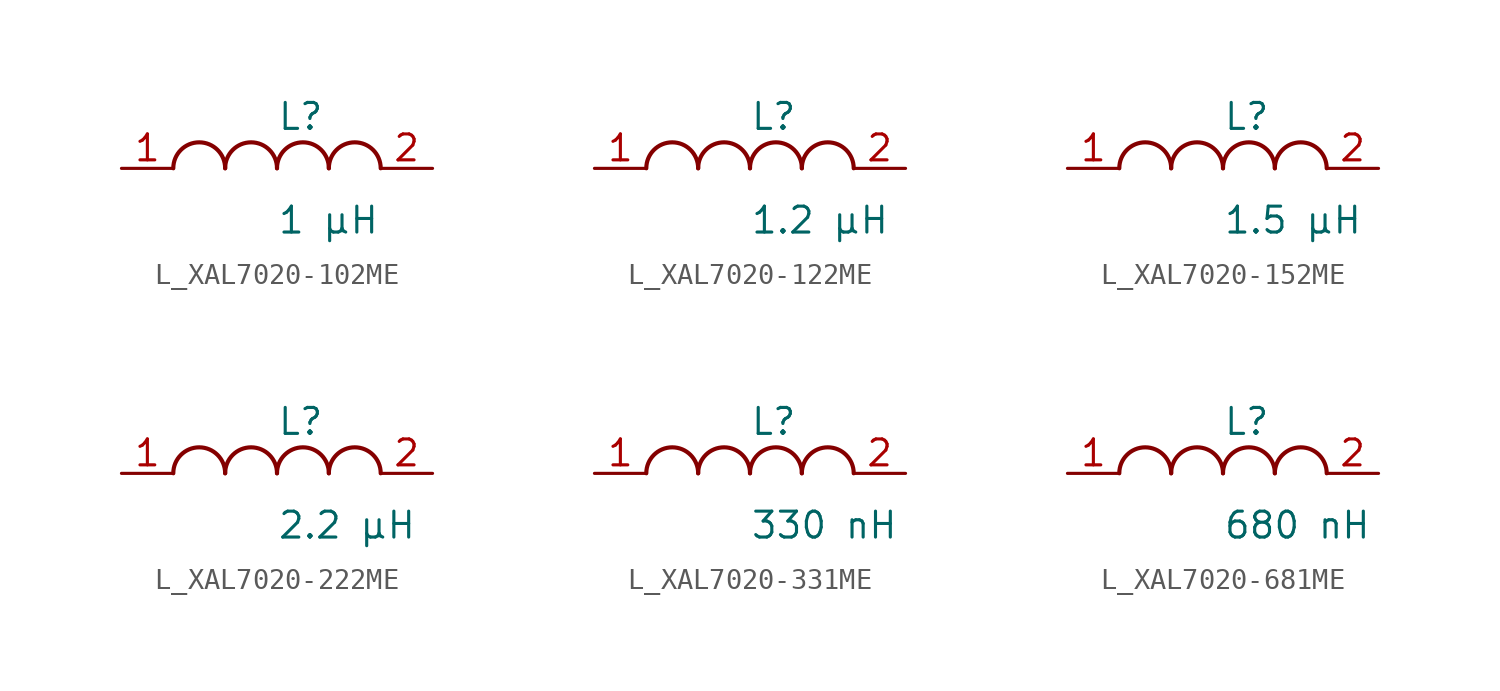
<source format=kicad_sym>
(kicad_symbol_lib
  (version 20231120)
  (generator kicad_symbol_editor)
  (generator_version 8.0)
  (symbol "L_XAL7020-102ME"
    (pin_names
      (offset 0.254))
    (property "Reference" "L"
      (at 0 2.54 0)
      (effects (font (size 1.27 1.27)) (justify left)))
    (property "Value" "1 µH"
      (at 0 -2.54 0)
      (effects (font (size 1.27 1.27)) (justify left)))
    (symbol "L_XAL7020-102ME_1_1"
      (arc (start -2.54 0.0056) (mid -3.81 1.27) (end -5.08 0.0056) (stroke (width 0.2032) (type default)) (fill (type none)))
      (arc (start 0 0.0056) (mid -1.27 1.27) (end -2.54 0.0056) (stroke (width 0.2032) (type default)) (fill (type none)))
      (arc (start 2.54 0.0056) (mid 1.27 1.27) (end 0 0.0056) (stroke (width 0.2032) (type default)) (fill (type none)))
      (arc (start 5.08 0.0056) (mid 3.81 1.27) (end 2.54 0.0056) (stroke (width 0.2032) (type default)) (fill (type none)))
      (pin unspecified line (at -7.62 0 0) (length 2.54) (name "" (effects (font (size 1.27 1.27)))) (number "1" (effects (font (size 1.27 1.27)))))
      (pin unspecified line (at 7.62 0 180) (length 2.54) (name "" (effects (font (size 1.27 1.27)))) (number "2" (effects (font (size 1.27 1.27)))))))
  (symbol "L_XAL7020-122ME"
    (pin_names
      (offset 0.254))
    (property "Reference" "L"
      (at 0 2.54 0)
      (effects (font (size 1.27 1.27)) (justify left)))
    (property "Value" "1.2 µH"
      (at 0 -2.54 0)
      (effects (font (size 1.27 1.27)) (justify left)))
    (symbol "L_XAL7020-122ME_1_1"
      (arc (start -2.54 0.0056) (mid -3.81 1.27) (end -5.08 0.0056) (stroke (width 0.2032) (type default)) (fill (type none)))
      (arc (start 0 0.0056) (mid -1.27 1.27) (end -2.54 0.0056) (stroke (width 0.2032) (type default)) (fill (type none)))
      (arc (start 2.54 0.0056) (mid 1.27 1.27) (end 0 0.0056) (stroke (width 0.2032) (type default)) (fill (type none)))
      (arc (start 5.08 0.0056) (mid 3.81 1.27) (end 2.54 0.0056) (stroke (width 0.2032) (type default)) (fill (type none)))
      (pin unspecified line (at -7.62 0 0) (length 2.54) (name "" (effects (font (size 1.27 1.27)))) (number "1" (effects (font (size 1.27 1.27)))))
      (pin unspecified line (at 7.62 0 180) (length 2.54) (name "" (effects (font (size 1.27 1.27)))) (number "2" (effects (font (size 1.27 1.27)))))))
  (symbol "L_XAL7020-152ME"
    (pin_names
      (offset 0.254))
    (property "Reference" "L"
      (at 0 2.54 0)
      (effects (font (size 1.27 1.27)) (justify left)))
    (property "Value" "1.5 µH"
      (at 0 -2.54 0)
      (effects (font (size 1.27 1.27)) (justify left)))
    (symbol "L_XAL7020-152ME_1_1"
      (arc (start -2.54 0.0056) (mid -3.81 1.27) (end -5.08 0.0056) (stroke (width 0.2032) (type default)) (fill (type none)))
      (arc (start 0 0.0056) (mid -1.27 1.27) (end -2.54 0.0056) (stroke (width 0.2032) (type default)) (fill (type none)))
      (arc (start 2.54 0.0056) (mid 1.27 1.27) (end 0 0.0056) (stroke (width 0.2032) (type default)) (fill (type none)))
      (arc (start 5.08 0.0056) (mid 3.81 1.27) (end 2.54 0.0056) (stroke (width 0.2032) (type default)) (fill (type none)))
      (pin unspecified line (at -7.62 0 0) (length 2.54) (name "" (effects (font (size 1.27 1.27)))) (number "1" (effects (font (size 1.27 1.27)))))
      (pin unspecified line (at 7.62 0 180) (length 2.54) (name "" (effects (font (size 1.27 1.27)))) (number "2" (effects (font (size 1.27 1.27)))))))
  (symbol "L_XAL7020-222ME"
    (pin_names
      (offset 0.254))
    (property "Reference" "L"
      (at 0 2.54 0)
      (effects (font (size 1.27 1.27)) (justify left)))
    (property "Value" "2.2 µH"
      (at 0 -2.54 0)
      (effects (font (size 1.27 1.27)) (justify left)))
    (symbol "L_XAL7020-222ME_1_1"
      (arc (start -2.54 0.0056) (mid -3.81 1.27) (end -5.08 0.0056) (stroke (width 0.2032) (type default)) (fill (type none)))
      (arc (start 0 0.0056) (mid -1.27 1.27) (end -2.54 0.0056) (stroke (width 0.2032) (type default)) (fill (type none)))
      (arc (start 2.54 0.0056) (mid 1.27 1.27) (end 0 0.0056) (stroke (width 0.2032) (type default)) (fill (type none)))
      (arc (start 5.08 0.0056) (mid 3.81 1.27) (end 2.54 0.0056) (stroke (width 0.2032) (type default)) (fill (type none)))
      (pin unspecified line (at -7.62 0 0) (length 2.54) (name "" (effects (font (size 1.27 1.27)))) (number "1" (effects (font (size 1.27 1.27)))))
      (pin unspecified line (at 7.62 0 180) (length 2.54) (name "" (effects (font (size 1.27 1.27)))) (number "2" (effects (font (size 1.27 1.27)))))))
  (symbol "L_XAL7020-331ME"
    (pin_names
      (offset 0.254))
    (property "Reference" "L"
      (at 0 2.54 0)
      (effects (font (size 1.27 1.27)) (justify left)))
    (property "Value" "330 nH"
      (at 0 -2.54 0)
      (effects (font (size 1.27 1.27)) (justify left)))
    (symbol "L_XAL7020-331ME_1_1"
      (arc (start -2.54 0.0056) (mid -3.81 1.27) (end -5.08 0.0056) (stroke (width 0.2032) (type default)) (fill (type none)))
      (arc (start 0 0.0056) (mid -1.27 1.27) (end -2.54 0.0056) (stroke (width 0.2032) (type default)) (fill (type none)))
      (arc (start 2.54 0.0056) (mid 1.27 1.27) (end 0 0.0056) (stroke (width 0.2032) (type default)) (fill (type none)))
      (arc (start 5.08 0.0056) (mid 3.81 1.27) (end 2.54 0.0056) (stroke (width 0.2032) (type default)) (fill (type none)))
      (pin unspecified line (at -7.62 0 0) (length 2.54) (name "" (effects (font (size 1.27 1.27)))) (number "1" (effects (font (size 1.27 1.27)))))
      (pin unspecified line (at 7.62 0 180) (length 2.54) (name "" (effects (font (size 1.27 1.27)))) (number "2" (effects (font (size 1.27 1.27)))))))
  (symbol "L_XAL7020-681ME"
    (pin_names
      (offset 0.254))
    (property "Reference" "L"
      (at 0 2.54 0)
      (effects (font (size 1.27 1.27)) (justify left)))
    (property "Value" "680 nH"
      (at 0 -2.54 0)
      (effects (font (size 1.27 1.27)) (justify left)))
    (symbol "L_XAL7020-681ME_1_1"
      (arc (start -2.54 0.0056) (mid -3.81 1.27) (end -5.08 0.0056) (stroke (width 0.2032) (type default)) (fill (type none)))
      (arc (start 0 0.0056) (mid -1.27 1.27) (end -2.54 0.0056) (stroke (width 0.2032) (type default)) (fill (type none)))
      (arc (start 2.54 0.0056) (mid 1.27 1.27) (end 0 0.0056) (stroke (width 0.2032) (type default)) (fill (type none)))
      (arc (start 5.08 0.0056) (mid 3.81 1.27) (end 2.54 0.0056) (stroke (width 0.2032) (type default)) (fill (type none)))
      (pin unspecified line (at -7.62 0 0) (length 2.54) (name "" (effects (font (size 1.27 1.27)))) (number "1" (effects (font (size 1.27 1.27)))))
      (pin unspecified line (at 7.62 0 180) (length 2.54) (name "" (effects (font (size 1.27 1.27)))) (number "2" (effects (font (size 1.27 1.27))))))))
</source>
